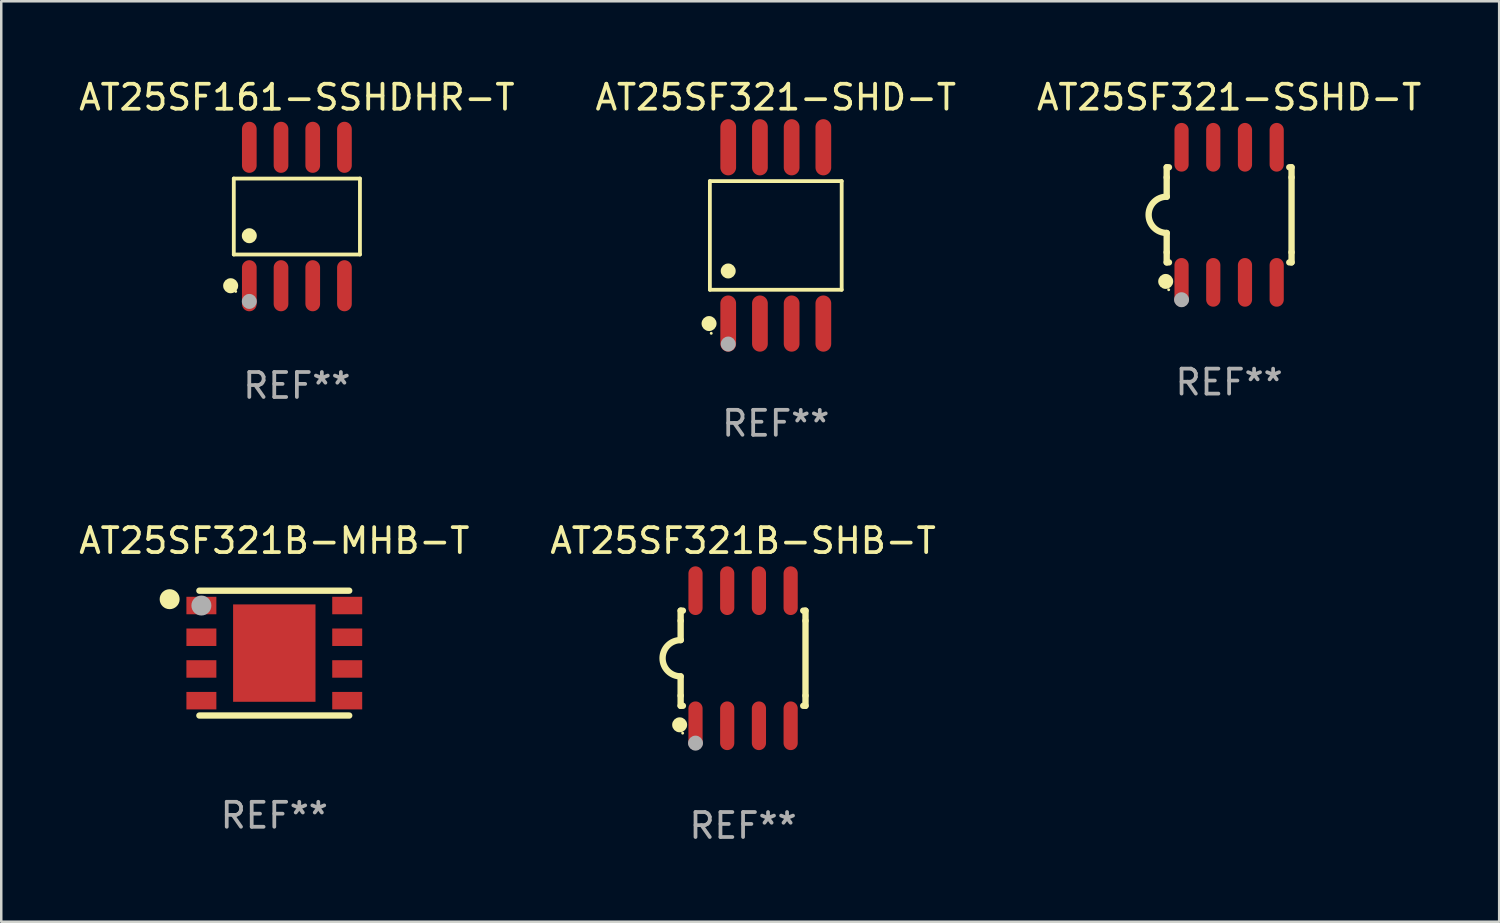
<source format=kicad_pcb>
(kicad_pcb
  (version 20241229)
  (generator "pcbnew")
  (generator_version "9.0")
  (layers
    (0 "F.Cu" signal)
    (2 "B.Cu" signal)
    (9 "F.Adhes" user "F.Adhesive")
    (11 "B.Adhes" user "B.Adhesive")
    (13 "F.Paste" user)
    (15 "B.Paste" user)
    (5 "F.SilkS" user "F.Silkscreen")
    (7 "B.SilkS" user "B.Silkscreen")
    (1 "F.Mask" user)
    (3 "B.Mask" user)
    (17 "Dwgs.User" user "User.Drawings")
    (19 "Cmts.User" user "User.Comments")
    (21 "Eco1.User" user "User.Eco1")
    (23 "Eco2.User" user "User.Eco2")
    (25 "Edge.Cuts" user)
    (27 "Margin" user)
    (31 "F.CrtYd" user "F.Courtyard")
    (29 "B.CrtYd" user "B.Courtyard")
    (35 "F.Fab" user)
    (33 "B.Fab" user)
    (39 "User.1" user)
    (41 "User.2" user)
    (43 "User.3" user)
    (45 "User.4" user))
  (footprint "AT25SF321-SSHD-T"
    (layer "F.Cu")
    (at 46.173 5.553)
    (property "Reference" "AT25SF321-SSHD-T" (at 0 -4.705 0) (layer "F.SilkS") (effects (font (size 1 1) (thickness 0.15))))
    (attr through_hole)
    (fp_line (start -2.5 -1.905) (end -2.409 -1.905) (stroke (width 0.254) (type solid)) (layer "F.SilkS"))
    (fp_line (start -2.5 -1.5) (end -2.5 -1.905) (stroke (width 0.254) (type solid)) (layer "F.SilkS"))
    (fp_line (start -2.5 -1.5) (end -2.5 -0.726) (stroke (width 0.254) (type solid)) (layer "F.SilkS"))
    (fp_line (start -2.5 1.5) (end -2.5 0.727) (stroke (width 0.254) (type solid)) (layer "F.SilkS"))
    (fp_line (start -2.5 1.5) (end -2.5 1.905) (stroke (width 0.254) (type solid)) (layer "F.SilkS"))
    (fp_line (start -2.5 1.905) (end -2.409 1.905) (stroke (width 0.254) (type solid)) (layer "F.SilkS"))
    (fp_line (start 2.5 -1.905) (end 2.409 -1.905) (stroke (width 0.254) (type solid)) (layer "F.SilkS"))
    (fp_line (start 2.5 -1.5) (end 2.5 -1.905) (stroke (width 0.254) (type solid)) (layer "F.SilkS"))
    (fp_line (start 2.5 -1.5) (end 2.5 1.5) (stroke (width 0.254) (type solid)) (layer "F.SilkS"))
    (fp_line (start 2.5 1.5) (end 2.5 1.905) (stroke (width 0.254) (type solid)) (layer "F.SilkS"))
    (fp_line (start 2.5 1.905) (end 2.409 1.905) (stroke (width 0.254) (type solid)) (layer "F.SilkS"))
    (fp_arc (start -2.5 0.726568) (mid -3.220316 -0.0023) (end -2.495097 -0.726289) (stroke (width 0.254001) (type solid)) (layer "F.SilkS"))
    (fp_circle (center -2.54 2.667) (end -2.39 2.667) (stroke (width 0.3) (type solid)) (fill no) (layer "F.SilkS"))
    (fp_circle (center -2.42 3) (end -2.39 3) (stroke (width 0.06) (type solid)) (fill no) (layer "F.SilkS"))
    (fp_circle (center -1.905 3.4) (end -1.755 3.4) (stroke (width 0.3) (type solid)) (fill no) (layer "F.Fab"))
    (fp_text user "REF**" (at 0 6.705 0) (layer "F.Fab") (effects (font (size 1 1) (thickness 0.15))))
    (pad "1" smd oval (at -1.905 2.705) (size 0.568 1.95) (layers "F.Cu" "F.Mask" "F.Paste"))
    (pad "2" smd oval (at -0.635 2.705) (size 0.568 1.95) (layers "F.Cu" "F.Mask" "F.Paste"))
    (pad "3" smd oval (at 0.635 2.705) (size 0.568 1.95) (layers "F.Cu" "F.Mask" "F.Paste"))
    (pad "4" smd oval (at 1.905 2.705) (size 0.568 1.95) (layers "F.Cu" "F.Mask" "F.Paste"))
    (pad "5" smd oval (at 1.905 -2.705) (size 0.568 1.95) (layers "F.Cu" "F.Mask" "F.Paste"))
    (pad "6" smd oval (at 0.635 -2.705) (size 0.568 1.95) (layers "F.Cu" "F.Mask" "F.Paste"))
    (pad "7" smd oval (at -0.635 -2.705) (size 0.568 1.95) (layers "F.Cu" "F.Mask" "F.Paste"))
    (pad "8" smd oval (at -1.905 -2.705) (size 0.568 1.95) (layers "F.Cu" "F.Mask" "F.Paste")))
  (footprint "AT25SF321B-MHB-T"
    (layer "F.Cu")
    (at 7.935 23.105)
    (property "Reference" "AT25SF321B-MHB-T" (at 0 -4.5 0) (layer "F.SilkS") (effects (font (size 1 1) (thickness 0.15))))
    (attr through_hole)
    (fp_line (start 3 -2.5) (end -3 -2.5) (stroke (width 0.254) (type solid)) (layer "F.SilkS"))
    (fp_line (start 3 2.5) (end -3 2.5) (stroke (width 0.254) (type solid)) (layer "F.SilkS"))
    (fp_circle (center -4.191 -2.159) (end -3.991 -2.159) (stroke (width 0.4) (type solid)) (fill no) (layer "F.SilkS"))
    (fp_circle (center -3 -2.5) (end -2.97 -2.5) (stroke (width 0.06) (type solid)) (fill no) (layer "F.SilkS"))
    (fp_circle (center -2.92 -1.905) (end -2.72 -1.905) (stroke (width 0.4) (type solid)) (fill no) (layer "F.Fab"))
    (fp_text user "REF**" (at 0 6.5 0) (layer "F.Fab") (effects (font (size 1 1) (thickness 0.15))))
    (pad "1" smd rect (at -2.92 -1.905) (size 1.2 0.7) (layers "F.Cu" "F.Mask" "F.Paste"))
    (pad "2" smd rect (at -2.92 -0.635) (size 1.2 0.7) (layers "F.Cu" "F.Mask" "F.Paste"))
    (pad "3" smd rect (at -2.92 0.635) (size 1.2 0.7) (layers "F.Cu" "F.Mask" "F.Paste"))
    (pad "4" smd rect (at -2.92 1.905) (size 1.2 0.7) (layers "F.Cu" "F.Mask" "F.Paste"))
    (pad "5" smd rect (at 2.92 1.905) (size 1.2 0.7) (layers "F.Cu" "F.Mask" "F.Paste"))
    (pad "6" smd rect (at 2.92 0.635) (size 1.2 0.7) (layers "F.Cu" "F.Mask" "F.Paste"))
    (pad "7" smd rect (at 2.92 -0.635) (size 1.2 0.7) (layers "F.Cu" "F.Mask" "F.Paste"))
    (pad "8" smd rect (at 2.92 -1.905) (size 1.2 0.7) (layers "F.Cu" "F.Mask" "F.Paste"))
    (pad "9" smd rect (at 0 0) (size 3.3 3.9) (layers "F.Cu" "F.Mask" "F.Paste")))
  (footprint "AT25SF321-SHD-T"
    (layer "F.Cu")
    (at 28.018 6.378)
    (property "Reference" "AT25SF321-SHD-T" (at 0 -5.53 0) (layer "F.SilkS") (effects (font (size 1 1) (thickness 0.15))))
    (attr through_hole)
    (fp_line (start -2.639 -2.176) (end 2.639 -2.176) (stroke (width 0.152) (type solid)) (layer "F.SilkS"))
    (fp_line (start -2.639 2.176) (end -2.639 -2.176) (stroke (width 0.152) (type solid)) (layer "F.SilkS"))
    (fp_line (start 2.639 -2.176) (end 2.639 2.176) (stroke (width 0.152) (type solid)) (layer "F.SilkS"))
    (fp_line (start 2.639 2.176) (end -2.639 2.176) (stroke (width 0.152) (type solid)) (layer "F.SilkS"))
    (fp_circle (center -2.672 3.53) (end -2.522 3.53) (stroke (width 0.3) (type solid)) (fill no) (layer "F.SilkS"))
    (fp_circle (center -2.585 3.92) (end -2.555 3.92) (stroke (width 0.06) (type solid)) (fill no) (layer "F.SilkS"))
    (fp_circle (center -1.905 1.424) (end -1.755 1.424) (stroke (width 0.3) (type solid)) (fill no) (layer "F.SilkS"))
    (fp_circle (center -1.905 4.35) (end -1.755 4.35) (stroke (width 0.3) (type solid)) (fill no) (layer "F.Fab"))
    (fp_text user "REF**" (at 0 7.53 0) (layer "F.Fab") (effects (font (size 1 1) (thickness 0.15))))
    (pad "1" smd oval (at -1.905 3.53) (size 0.63 2.25) (layers "F.Cu" "F.Mask" "F.Paste"))
    (pad "2" smd oval (at -0.635 3.53) (size 0.63 2.25) (layers "F.Cu" "F.Mask" "F.Paste"))
    (pad "3" smd oval (at 0.635 3.53) (size 0.63 2.25) (layers "F.Cu" "F.Mask" "F.Paste"))
    (pad "4" smd oval (at 1.905 3.53) (size 0.63 2.25) (layers "F.Cu" "F.Mask" "F.Paste"))
    (pad "5" smd oval (at 1.905 -3.53) (size 0.63 2.25) (layers "F.Cu" "F.Mask" "F.Paste"))
    (pad "6" smd oval (at 0.635 -3.53) (size 0.63 2.25) (layers "F.Cu" "F.Mask" "F.Paste"))
    (pad "7" smd oval (at -0.635 -3.53) (size 0.63 2.25) (layers "F.Cu" "F.Mask" "F.Paste"))
    (pad "8" smd oval (at -1.905 -3.53) (size 0.63 2.25) (layers "F.Cu" "F.Mask" "F.Paste")))
  (footprint "AT25SF321B-SHB-T"
    (layer "F.Cu")
    (at 26.708 23.31)
    (property "Reference" "AT25SF321B-SHB-T" (at 0 -4.705 0) (layer "F.SilkS") (effects (font (size 1 1) (thickness 0.15))))
    (attr through_hole)
    (fp_line (start -2.5 -1.905) (end -2.409 -1.905) (stroke (width 0.254) (type solid)) (layer "F.SilkS"))
    (fp_line (start -2.5 -1.5) (end -2.5 -1.905) (stroke (width 0.254) (type solid)) (layer "F.SilkS"))
    (fp_line (start -2.5 -1.5) (end -2.5 -0.726) (stroke (width 0.254) (type solid)) (layer "F.SilkS"))
    (fp_line (start -2.5 1.5) (end -2.5 0.727) (stroke (width 0.254) (type solid)) (layer "F.SilkS"))
    (fp_line (start -2.5 1.5) (end -2.5 1.905) (stroke (width 0.254) (type solid)) (layer "F.SilkS"))
    (fp_line (start -2.5 1.905) (end -2.409 1.905) (stroke (width 0.254) (type solid)) (layer "F.SilkS"))
    (fp_line (start 2.5 -1.905) (end 2.409 -1.905) (stroke (width 0.254) (type solid)) (layer "F.SilkS"))
    (fp_line (start 2.5 -1.5) (end 2.5 -1.905) (stroke (width 0.254) (type solid)) (layer "F.SilkS"))
    (fp_line (start 2.5 -1.5) (end 2.5 1.5) (stroke (width 0.254) (type solid)) (layer "F.SilkS"))
    (fp_line (start 2.5 1.5) (end 2.5 1.905) (stroke (width 0.254) (type solid)) (layer "F.SilkS"))
    (fp_line (start 2.5 1.905) (end 2.409 1.905) (stroke (width 0.254) (type solid)) (layer "F.SilkS"))
    (fp_arc (start -2.5 0.726568) (mid -3.220316 -0.0023) (end -2.495097 -0.726289) (stroke (width 0.254001) (type solid)) (layer "F.SilkS"))
    (fp_circle (center -2.54 2.667) (end -2.39 2.667) (stroke (width 0.3) (type solid)) (fill no) (layer "F.SilkS"))
    (fp_circle (center -2.42 3) (end -2.39 3) (stroke (width 0.06) (type solid)) (fill no) (layer "F.SilkS"))
    (fp_circle (center -1.905 3.4) (end -1.755 3.4) (stroke (width 0.3) (type solid)) (fill no) (layer "F.Fab"))
    (fp_text user "REF**" (at 0 6.705 0) (layer "F.Fab") (effects (font (size 1 1) (thickness 0.15))))
    (pad "1" smd oval (at -1.905 2.705) (size 0.568 1.95) (layers "F.Cu" "F.Mask" "F.Paste"))
    (pad "2" smd oval (at -0.635 2.705) (size 0.568 1.95) (layers "F.Cu" "F.Mask" "F.Paste"))
    (pad "3" smd oval (at 0.635 2.705) (size 0.568 1.95) (layers "F.Cu" "F.Mask" "F.Paste"))
    (pad "4" smd oval (at 1.905 2.705) (size 0.568 1.95) (layers "F.Cu" "F.Mask" "F.Paste"))
    (pad "5" smd oval (at 1.905 -2.705) (size 0.568 1.95) (layers "F.Cu" "F.Mask" "F.Paste"))
    (pad "6" smd oval (at 0.635 -2.705) (size 0.568 1.95) (layers "F.Cu" "F.Mask" "F.Paste"))
    (pad "7" smd oval (at -0.635 -2.705) (size 0.568 1.95) (layers "F.Cu" "F.Mask" "F.Paste"))
    (pad "8" smd oval (at -1.905 -2.705) (size 0.568 1.95) (layers "F.Cu" "F.Mask" "F.Paste")))
  (footprint "AT25SF161-SSHDHR-T"
    (layer "F.Cu")
    (at 8.839 5.621)
    (property "Reference" "AT25SF161-SSHDHR-T" (at 0 -4.772 0) (layer "F.SilkS") (effects (font (size 1 1) (thickness 0.15))))
    (attr through_hole)
    (fp_line (start -2.526 -1.521) (end 2.526 -1.521) (stroke (width 0.152) (type solid)) (layer "F.SilkS"))
    (fp_line (start -2.526 1.521) (end -2.526 -1.521) (stroke (width 0.152) (type solid)) (layer "F.SilkS"))
    (fp_line (start 2.526 -1.521) (end 2.526 1.521) (stroke (width 0.152) (type solid)) (layer "F.SilkS"))
    (fp_line (start 2.526 1.521) (end -2.526 1.521) (stroke (width 0.152) (type solid)) (layer "F.SilkS"))
    (fp_circle (center -2.652 2.772) (end -2.501 2.772) (stroke (width 0.3) (type solid)) (fill no) (layer "F.SilkS"))
    (fp_circle (center -2.45 3) (end -2.42 3) (stroke (width 0.06) (type solid)) (fill no) (layer "F.SilkS"))
    (fp_circle (center -1.905 0.769) (end -1.755 0.769) (stroke (width 0.3) (type solid)) (fill no) (layer "F.SilkS"))
    (fp_circle (center -1.905 3.4) (end -1.755 3.4) (stroke (width 0.3) (type solid)) (fill no) (layer "F.Fab"))
    (fp_text user "REF**" (at 0 6.772 0) (layer "F.Fab") (effects (font (size 1 1) (thickness 0.15))))
    (pad "1" smd oval (at -1.905 2.772) (size 0.588 2.045) (layers "F.Cu" "F.Mask" "F.Paste"))
    (pad "2" smd oval (at -0.635 2.772) (size 0.588 2.045) (layers "F.Cu" "F.Mask" "F.Paste"))
    (pad "3" smd oval (at 0.635 2.772) (size 0.588 2.045) (layers "F.Cu" "F.Mask" "F.Paste"))
    (pad "4" smd oval (at 1.905 2.772) (size 0.588 2.045) (layers "F.Cu" "F.Mask" "F.Paste"))
    (pad "5" smd oval (at 1.905 -2.772) (size 0.588 2.045) (layers "F.Cu" "F.Mask" "F.Paste"))
    (pad "6" smd oval (at 0.635 -2.772) (size 0.588 2.045) (layers "F.Cu" "F.Mask" "F.Paste"))
    (pad "7" smd oval (at -0.635 -2.772) (size 0.588 2.045) (layers "F.Cu" "F.Mask" "F.Paste"))
    (pad "8" smd oval (at -1.905 -2.772) (size 0.588 2.045) (layers "F.Cu" "F.Mask" "F.Paste")))
  (gr_rect
    (start -3 -3)
    (end 56.988 33.863)
    (stroke (width 0.1) (type default))
    (fill no)
    (layer "Edge.Cuts")))
</source>
